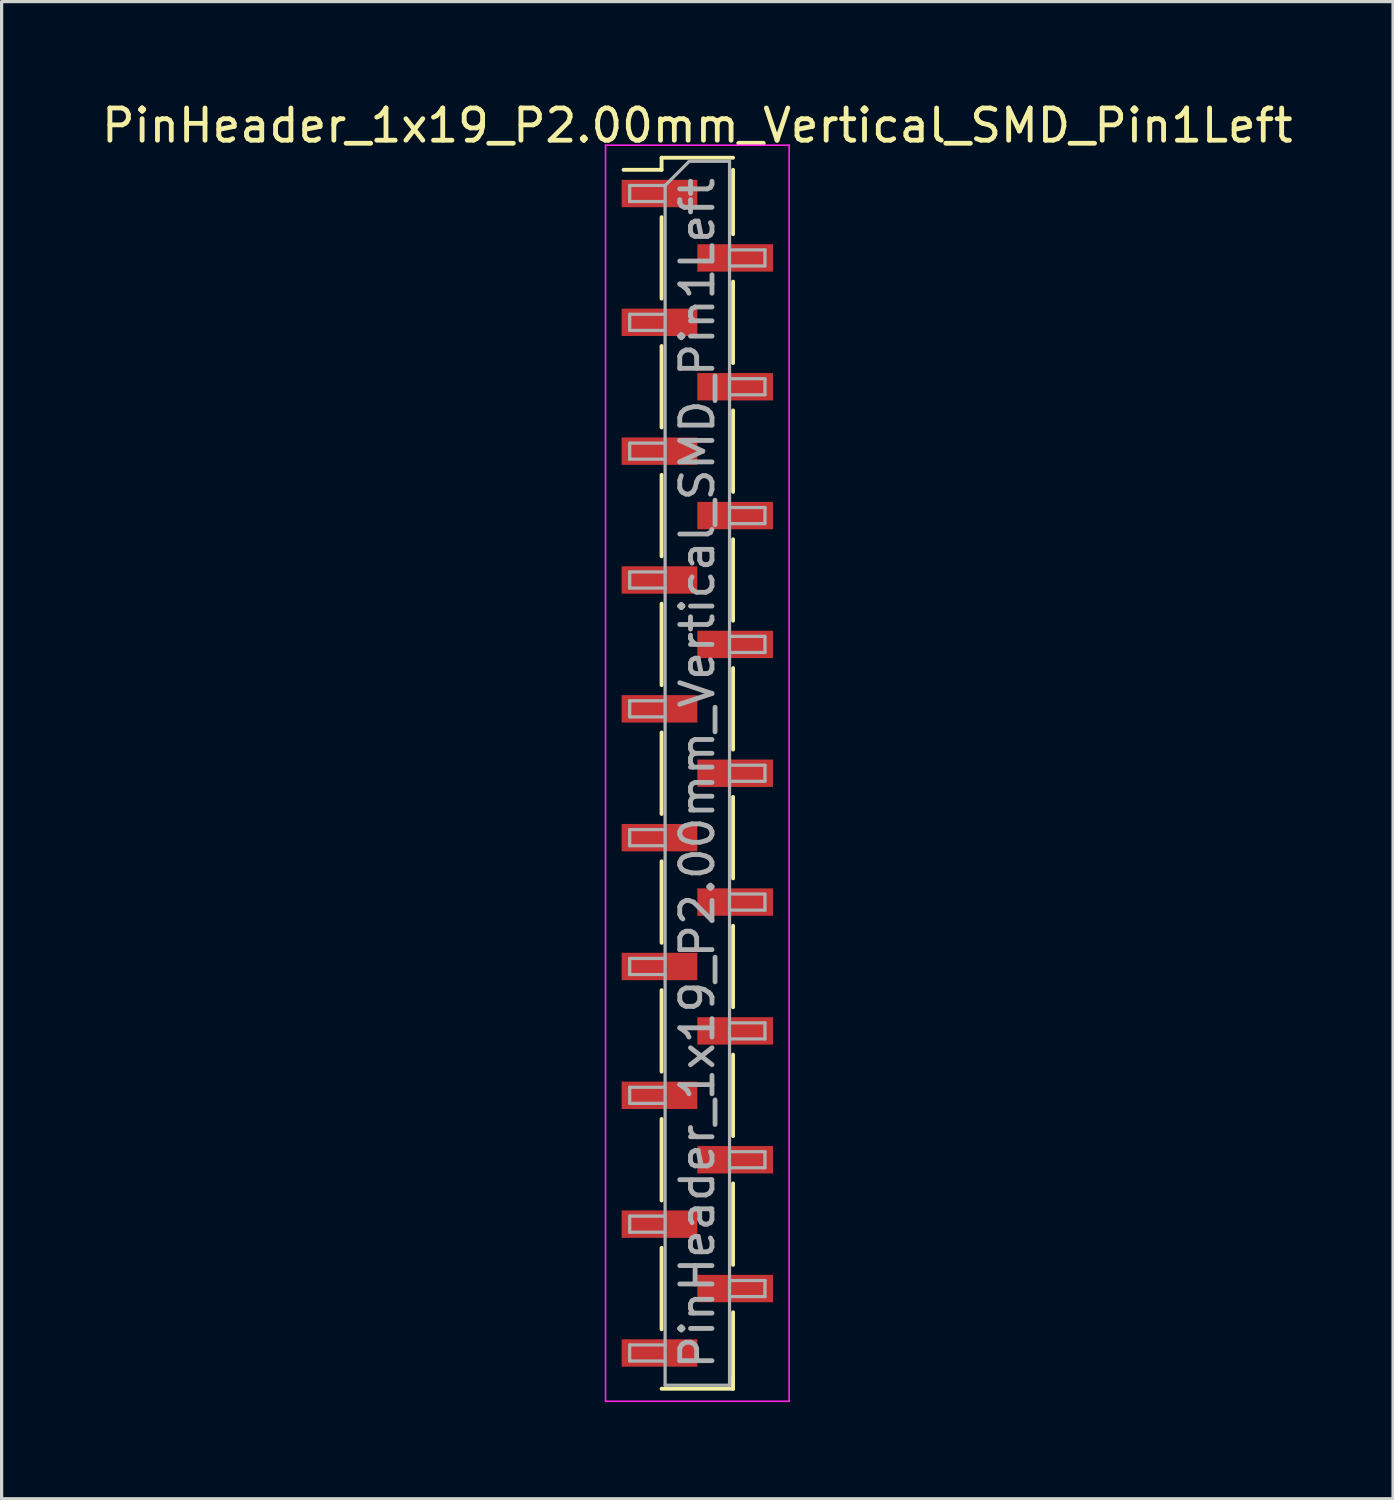
<source format=kicad_pcb>
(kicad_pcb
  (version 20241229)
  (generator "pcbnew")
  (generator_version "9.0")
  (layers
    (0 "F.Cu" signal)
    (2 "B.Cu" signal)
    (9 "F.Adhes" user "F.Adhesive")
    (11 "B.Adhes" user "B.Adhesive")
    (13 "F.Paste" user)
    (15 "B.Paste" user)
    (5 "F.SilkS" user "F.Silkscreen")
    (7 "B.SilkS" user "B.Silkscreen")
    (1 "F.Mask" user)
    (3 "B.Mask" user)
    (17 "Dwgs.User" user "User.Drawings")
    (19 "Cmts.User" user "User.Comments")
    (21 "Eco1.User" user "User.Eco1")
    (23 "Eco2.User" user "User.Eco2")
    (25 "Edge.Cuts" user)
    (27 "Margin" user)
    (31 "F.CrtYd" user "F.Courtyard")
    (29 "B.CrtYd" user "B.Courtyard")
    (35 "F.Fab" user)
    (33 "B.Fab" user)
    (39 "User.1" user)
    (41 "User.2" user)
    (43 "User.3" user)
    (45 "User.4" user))
  (footprint "PinHeader_1x19_P2.00mm_Vertical_SMD_Pin1Left"
    (layer "F.Cu")
    (at 18.601 20.958)
    (property "Reference" "PinHeader_1x19_P2.00mm_Vertical_SMD_Pin1Left" (at 0 -20.11 0) (layer "F.SilkS") (effects (font (size 1 1) (thickness 0.15))))
    (attr smd)
    (fp_line (start -1.11 -19.11) (end -1.11 -18.735) (stroke (width 0.12) (type solid)) (layer "F.SilkS"))
    (fp_line (start -1.11 -19.11) (end 1.11 -19.11) (stroke (width 0.12) (type solid)) (layer "F.SilkS"))
    (fp_line (start -1.11 -18.735) (end -2.29 -18.735) (stroke (width 0.12) (type solid)) (layer "F.SilkS"))
    (fp_line (start -1.11 -17.265) (end -1.11 -14.735) (stroke (width 0.12) (type solid)) (layer "F.SilkS"))
    (fp_line (start -1.11 -13.265) (end -1.11 -10.735) (stroke (width 0.12) (type solid)) (layer "F.SilkS"))
    (fp_line (start -1.11 -9.265) (end -1.11 -6.735) (stroke (width 0.12) (type solid)) (layer "F.SilkS"))
    (fp_line (start -1.11 -5.265) (end -1.11 -2.735) (stroke (width 0.12) (type solid)) (layer "F.SilkS"))
    (fp_line (start -1.11 -1.265) (end -1.11 1.265) (stroke (width 0.12) (type solid)) (layer "F.SilkS"))
    (fp_line (start -1.11 2.735) (end -1.11 5.265) (stroke (width 0.12) (type solid)) (layer "F.SilkS"))
    (fp_line (start -1.11 6.735) (end -1.11 9.265) (stroke (width 0.12) (type solid)) (layer "F.SilkS"))
    (fp_line (start -1.11 10.735) (end -1.11 13.265) (stroke (width 0.12) (type solid)) (layer "F.SilkS"))
    (fp_line (start -1.11 14.735) (end -1.11 17.265) (stroke (width 0.12) (type solid)) (layer "F.SilkS"))
    (fp_line (start -1.11 19.11) (end 1.11 19.11) (stroke (width 0.12) (type solid)) (layer "F.SilkS"))
    (fp_line (start 1.11 -18.735) (end 1.11 -16.735) (stroke (width 0.12) (type solid)) (layer "F.SilkS"))
    (fp_line (start 1.11 -15.265) (end 1.11 -12.735) (stroke (width 0.12) (type solid)) (layer "F.SilkS"))
    (fp_line (start 1.11 -11.265) (end 1.11 -8.735) (stroke (width 0.12) (type solid)) (layer "F.SilkS"))
    (fp_line (start 1.11 -7.265) (end 1.11 -4.735) (stroke (width 0.12) (type solid)) (layer "F.SilkS"))
    (fp_line (start 1.11 -3.265) (end 1.11 -0.735) (stroke (width 0.12) (type solid)) (layer "F.SilkS"))
    (fp_line (start 1.11 0.735) (end 1.11 3.265) (stroke (width 0.12) (type solid)) (layer "F.SilkS"))
    (fp_line (start 1.11 4.735) (end 1.11 7.265) (stroke (width 0.12) (type solid)) (layer "F.SilkS"))
    (fp_line (start 1.11 8.735) (end 1.11 11.265) (stroke (width 0.12) (type solid)) (layer "F.SilkS"))
    (fp_line (start 1.11 12.735) (end 1.11 15.265) (stroke (width 0.12) (type solid)) (layer "F.SilkS"))
    (fp_line (start 1.11 16.735) (end 1.11 19.11) (stroke (width 0.12) (type solid)) (layer "F.SilkS"))
    (fp_line (start 1.11 18.735) (end 1.11 19.11) (stroke (width 0.12) (type solid)) (layer "F.SilkS"))
    (fp_line (start -2.85 -19.5) (end -2.85 19.5) (stroke (width 0.05) (type solid)) (layer "F.CrtYd"))
    (fp_line (start -2.85 19.5) (end 2.85 19.5) (stroke (width 0.05) (type solid)) (layer "F.CrtYd"))
    (fp_line (start 2.85 -19.5) (end -2.85 -19.5) (stroke (width 0.05) (type solid)) (layer "F.CrtYd"))
    (fp_line (start 2.85 19.5) (end 2.85 -19.5) (stroke (width 0.05) (type solid)) (layer "F.CrtYd"))
    (fp_line (start -2.1 -18.25) (end -2.1 -17.75) (stroke (width 0.1) (type solid)) (layer "F.Fab"))
    (fp_line (start -2.1 -17.75) (end -1 -17.75) (stroke (width 0.1) (type solid)) (layer "F.Fab"))
    (fp_line (start -2.1 -14.25) (end -2.1 -13.75) (stroke (width 0.1) (type solid)) (layer "F.Fab"))
    (fp_line (start -2.1 -13.75) (end -1 -13.75) (stroke (width 0.1) (type solid)) (layer "F.Fab"))
    (fp_line (start -2.1 -10.25) (end -2.1 -9.75) (stroke (width 0.1) (type solid)) (layer "F.Fab"))
    (fp_line (start -2.1 -9.75) (end -1 -9.75) (stroke (width 0.1) (type solid)) (layer "F.Fab"))
    (fp_line (start -2.1 -6.25) (end -2.1 -5.75) (stroke (width 0.1) (type solid)) (layer "F.Fab"))
    (fp_line (start -2.1 -5.75) (end -1 -5.75) (stroke (width 0.1) (type solid)) (layer "F.Fab"))
    (fp_line (start -2.1 -2.25) (end -2.1 -1.75) (stroke (width 0.1) (type solid)) (layer "F.Fab"))
    (fp_line (start -2.1 -1.75) (end -1 -1.75) (stroke (width 0.1) (type solid)) (layer "F.Fab"))
    (fp_line (start -2.1 1.75) (end -2.1 2.25) (stroke (width 0.1) (type solid)) (layer "F.Fab"))
    (fp_line (start -2.1 2.25) (end -1 2.25) (stroke (width 0.1) (type solid)) (layer "F.Fab"))
    (fp_line (start -2.1 5.75) (end -2.1 6.25) (stroke (width 0.1) (type solid)) (layer "F.Fab"))
    (fp_line (start -2.1 6.25) (end -1 6.25) (stroke (width 0.1) (type solid)) (layer "F.Fab"))
    (fp_line (start -2.1 9.75) (end -2.1 10.25) (stroke (width 0.1) (type solid)) (layer "F.Fab"))
    (fp_line (start -2.1 10.25) (end -1 10.25) (stroke (width 0.1) (type solid)) (layer "F.Fab"))
    (fp_line (start -2.1 13.75) (end -2.1 14.25) (stroke (width 0.1) (type solid)) (layer "F.Fab"))
    (fp_line (start -2.1 14.25) (end -1 14.25) (stroke (width 0.1) (type solid)) (layer "F.Fab"))
    (fp_line (start -2.1 17.75) (end -2.1 18.25) (stroke (width 0.1) (type solid)) (layer "F.Fab"))
    (fp_line (start -2.1 18.25) (end -1 18.25) (stroke (width 0.1) (type solid)) (layer "F.Fab"))
    (fp_line (start -1 -18.25) (end -2.1 -18.25) (stroke (width 0.1) (type solid)) (layer "F.Fab"))
    (fp_line (start -1 -18.25) (end -0.25 -19) (stroke (width 0.1) (type solid)) (layer "F.Fab"))
    (fp_line (start -1 -14.25) (end -2.1 -14.25) (stroke (width 0.1) (type solid)) (layer "F.Fab"))
    (fp_line (start -1 -10.25) (end -2.1 -10.25) (stroke (width 0.1) (type solid)) (layer "F.Fab"))
    (fp_line (start -1 -6.25) (end -2.1 -6.25) (stroke (width 0.1) (type solid)) (layer "F.Fab"))
    (fp_line (start -1 -2.25) (end -2.1 -2.25) (stroke (width 0.1) (type solid)) (layer "F.Fab"))
    (fp_line (start -1 1.75) (end -2.1 1.75) (stroke (width 0.1) (type solid)) (layer "F.Fab"))
    (fp_line (start -1 5.75) (end -2.1 5.75) (stroke (width 0.1) (type solid)) (layer "F.Fab"))
    (fp_line (start -1 9.75) (end -2.1 9.75) (stroke (width 0.1) (type solid)) (layer "F.Fab"))
    (fp_line (start -1 13.75) (end -2.1 13.75) (stroke (width 0.1) (type solid)) (layer "F.Fab"))
    (fp_line (start -1 17.75) (end -2.1 17.75) (stroke (width 0.1) (type solid)) (layer "F.Fab"))
    (fp_line (start -1 19) (end -1 -18.25) (stroke (width 0.1) (type solid)) (layer "F.Fab"))
    (fp_line (start -0.25 -19) (end 1 -19) (stroke (width 0.1) (type solid)) (layer "F.Fab"))
    (fp_line (start 1 -19) (end 1 19) (stroke (width 0.1) (type solid)) (layer "F.Fab"))
    (fp_line (start 1 -16.25) (end 2.1 -16.25) (stroke (width 0.1) (type solid)) (layer "F.Fab"))
    (fp_line (start 1 -12.25) (end 2.1 -12.25) (stroke (width 0.1) (type solid)) (layer "F.Fab"))
    (fp_line (start 1 -8.25) (end 2.1 -8.25) (stroke (width 0.1) (type solid)) (layer "F.Fab"))
    (fp_line (start 1 -4.25) (end 2.1 -4.25) (stroke (width 0.1) (type solid)) (layer "F.Fab"))
    (fp_line (start 1 -0.25) (end 2.1 -0.25) (stroke (width 0.1) (type solid)) (layer "F.Fab"))
    (fp_line (start 1 3.75) (end 2.1 3.75) (stroke (width 0.1) (type solid)) (layer "F.Fab"))
    (fp_line (start 1 7.75) (end 2.1 7.75) (stroke (width 0.1) (type solid)) (layer "F.Fab"))
    (fp_line (start 1 11.75) (end 2.1 11.75) (stroke (width 0.1) (type solid)) (layer "F.Fab"))
    (fp_line (start 1 15.75) (end 2.1 15.75) (stroke (width 0.1) (type solid)) (layer "F.Fab"))
    (fp_line (start 1 19) (end -1 19) (stroke (width 0.1) (type solid)) (layer "F.Fab"))
    (fp_line (start 2.1 -16.25) (end 2.1 -15.75) (stroke (width 0.1) (type solid)) (layer "F.Fab"))
    (fp_line (start 2.1 -15.75) (end 1 -15.75) (stroke (width 0.1) (type solid)) (layer "F.Fab"))
    (fp_line (start 2.1 -12.25) (end 2.1 -11.75) (stroke (width 0.1) (type solid)) (layer "F.Fab"))
    (fp_line (start 2.1 -11.75) (end 1 -11.75) (stroke (width 0.1) (type solid)) (layer "F.Fab"))
    (fp_line (start 2.1 -8.25) (end 2.1 -7.75) (stroke (width 0.1) (type solid)) (layer "F.Fab"))
    (fp_line (start 2.1 -7.75) (end 1 -7.75) (stroke (width 0.1) (type solid)) (layer "F.Fab"))
    (fp_line (start 2.1 -4.25) (end 2.1 -3.75) (stroke (width 0.1) (type solid)) (layer "F.Fab"))
    (fp_line (start 2.1 -3.75) (end 1 -3.75) (stroke (width 0.1) (type solid)) (layer "F.Fab"))
    (fp_line (start 2.1 -0.25) (end 2.1 0.25) (stroke (width 0.1) (type solid)) (layer "F.Fab"))
    (fp_line (start 2.1 0.25) (end 1 0.25) (stroke (width 0.1) (type solid)) (layer "F.Fab"))
    (fp_line (start 2.1 3.75) (end 2.1 4.25) (stroke (width 0.1) (type solid)) (layer "F.Fab"))
    (fp_line (start 2.1 4.25) (end 1 4.25) (stroke (width 0.1) (type solid)) (layer "F.Fab"))
    (fp_line (start 2.1 7.75) (end 2.1 8.25) (stroke (width 0.1) (type solid)) (layer "F.Fab"))
    (fp_line (start 2.1 8.25) (end 1 8.25) (stroke (width 0.1) (type solid)) (layer "F.Fab"))
    (fp_line (start 2.1 11.75) (end 2.1 12.25) (stroke (width 0.1) (type solid)) (layer "F.Fab"))
    (fp_line (start 2.1 12.25) (end 1 12.25) (stroke (width 0.1) (type solid)) (layer "F.Fab"))
    (fp_line (start 2.1 15.75) (end 2.1 16.25) (stroke (width 0.1) (type solid)) (layer "F.Fab"))
    (fp_line (start 2.1 16.25) (end 1 16.25) (stroke (width 0.1) (type solid)) (layer "F.Fab"))
    (fp_text user "${REFERENCE}" (at 0 0 90) (layer "F.Fab") (effects (font (size 1 1) (thickness 0.15))))
    (pad "1" smd rect (at -1.175 -18) (size 2.35 0.85) (layers "F.Cu" "F.Mask" "F.Paste"))
    (pad "2" smd rect (at 1.175 -16) (size 2.35 0.85) (layers "F.Cu" "F.Mask" "F.Paste"))
    (pad "3" smd rect (at -1.175 -14) (size 2.35 0.85) (layers "F.Cu" "F.Mask" "F.Paste"))
    (pad "4" smd rect (at 1.175 -12) (size 2.35 0.85) (layers "F.Cu" "F.Mask" "F.Paste"))
    (pad "5" smd rect (at -1.175 -10) (size 2.35 0.85) (layers "F.Cu" "F.Mask" "F.Paste"))
    (pad "6" smd rect (at 1.175 -8) (size 2.35 0.85) (layers "F.Cu" "F.Mask" "F.Paste"))
    (pad "7" smd rect (at -1.175 -6) (size 2.35 0.85) (layers "F.Cu" "F.Mask" "F.Paste"))
    (pad "8" smd rect (at 1.175 -4) (size 2.35 0.85) (layers "F.Cu" "F.Mask" "F.Paste"))
    (pad "9" smd rect (at -1.175 -2) (size 2.35 0.85) (layers "F.Cu" "F.Mask" "F.Paste"))
    (pad "10" smd rect (at 1.175 0) (size 2.35 0.85) (layers "F.Cu" "F.Mask" "F.Paste"))
    (pad "11" smd rect (at -1.175 2) (size 2.35 0.85) (layers "F.Cu" "F.Mask" "F.Paste"))
    (pad "12" smd rect (at 1.175 4) (size 2.35 0.85) (layers "F.Cu" "F.Mask" "F.Paste"))
    (pad "13" smd rect (at -1.175 6) (size 2.35 0.85) (layers "F.Cu" "F.Mask" "F.Paste"))
    (pad "14" smd rect (at 1.175 8) (size 2.35 0.85) (layers "F.Cu" "F.Mask" "F.Paste"))
    (pad "15" smd rect (at -1.175 10) (size 2.35 0.85) (layers "F.Cu" "F.Mask" "F.Paste"))
    (pad "16" smd rect (at 1.175 12) (size 2.35 0.85) (layers "F.Cu" "F.Mask" "F.Paste"))
    (pad "17" smd rect (at -1.175 14) (size 2.35 0.85) (layers "F.Cu" "F.Mask" "F.Paste"))
    (pad "18" smd rect (at 1.175 16) (size 2.35 0.85) (layers "F.Cu" "F.Mask" "F.Paste"))
    (pad "19" smd rect (at -1.175 18) (size 2.35 0.85) (layers "F.Cu" "F.Mask" "F.Paste")))
  (gr_rect
    (start -3 -3)
    (end 40.202 43.483)
    (stroke (width 0.1) (type default))
    (fill no)
    (layer "Edge.Cuts")))
</source>
